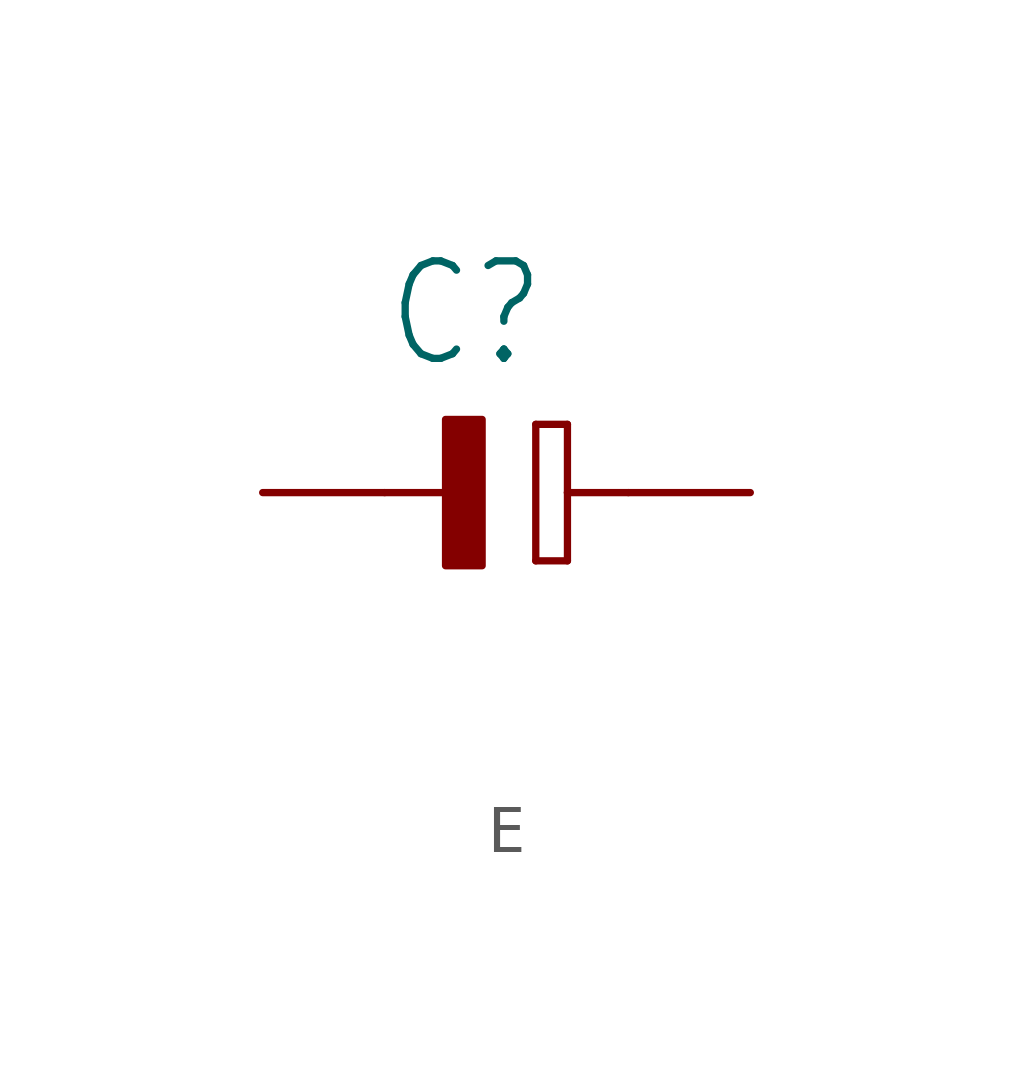
<source format=kicad_sym>
(kicad_symbol_lib
  (version 20241209)
  (generator "kicad_symbol_editor")
  (generator_version "9.0")
  (symbol "E"
    (property "Reference" "C"
      (at -2.54 2.54 0)
      (effects (font (size 2.032 1.727)) (justify left bottom)))
    (property "Value" ""
      (at -2.54 -5.08 0)
      (effects (font (size 2.032 1.727)) (justify left bottom)))
    (property "ki_locked" ""
      (at 0 0 0)
      (effects (font (size 1.27 1.27))))
    (symbol "E_1_0"
      (polyline (pts (xy -2.54 0) (xy -1.27 0)) (stroke (width 0.152) (type solid)) (fill (type none)))
      (rectangle (start -1.27 -1.524) (end -0.508 1.524) (stroke (width 0) (type default)) (fill (type outline)))
      (polyline (pts (xy 0.61 1.422) (xy 0.61 -1.422)) (stroke (width 0.152) (type solid)) (fill (type none)))
      (polyline (pts (xy 0.61 -1.422) (xy 1.27 -1.422)) (stroke (width 0.152) (type solid)) (fill (type none)))
      (polyline (pts (xy 1.27 1.422) (xy 0.61 1.422)) (stroke (width 0.152) (type solid)) (fill (type none)))
      (polyline (pts (xy 1.27 1.422) (xy 1.27 0)) (stroke (width 0.152) (type solid)) (fill (type none)))
      (polyline (pts (xy 1.27 0) (xy 1.27 -1.422)) (stroke (width 0.152) (type solid)) (fill (type none)))
      (polyline (pts (xy 1.27 0) (xy 2.54 0)) (stroke (width 0.152) (type solid)) (fill (type none)))
      (pin passive line (at -5.08 0 0) (length 2.54) (name "N" (effects (font (size 0 0)))) (number "2" (effects (font (size 0 0)))))
      (pin passive line (at 5.08 0 180) (length 2.54) (name "P" (effects (font (size 0 0)))) (number "1" (effects (font (size 0 0))))))))
</source>
